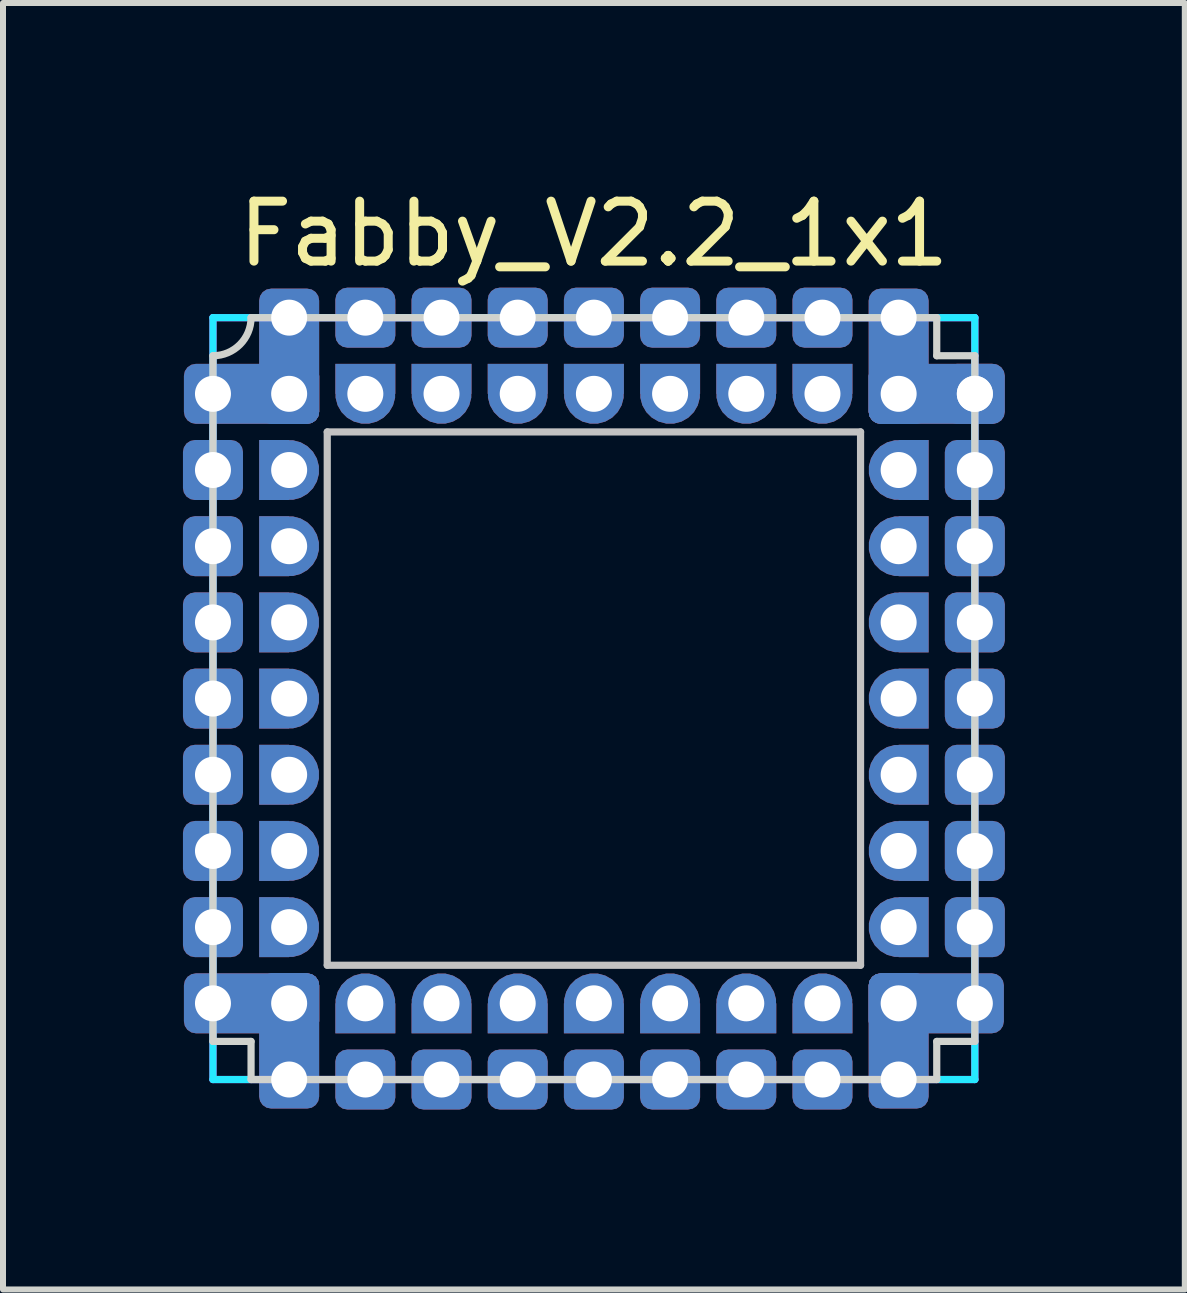
<source format=kicad_pcb>
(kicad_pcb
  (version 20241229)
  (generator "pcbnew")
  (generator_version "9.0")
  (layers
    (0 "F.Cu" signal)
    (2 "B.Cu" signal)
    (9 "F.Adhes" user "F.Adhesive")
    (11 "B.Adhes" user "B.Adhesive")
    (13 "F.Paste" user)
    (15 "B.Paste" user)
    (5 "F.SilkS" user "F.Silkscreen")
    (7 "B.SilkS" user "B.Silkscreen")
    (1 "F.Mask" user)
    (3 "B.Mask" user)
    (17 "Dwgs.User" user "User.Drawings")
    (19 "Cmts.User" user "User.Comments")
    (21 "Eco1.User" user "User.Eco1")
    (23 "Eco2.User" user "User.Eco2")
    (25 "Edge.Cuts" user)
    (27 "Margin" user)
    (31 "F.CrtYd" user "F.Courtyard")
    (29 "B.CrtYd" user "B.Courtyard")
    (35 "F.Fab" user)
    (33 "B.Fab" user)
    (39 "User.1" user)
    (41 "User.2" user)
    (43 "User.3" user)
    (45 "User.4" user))
  (footprint "Fabby_V2.2_1x1"
    (layer "F.Cu")
    (at 6.85 8.595)
    (property "Reference" "Fabby_V2.2_1x1" (at 0 -7.747 0) (layer "F.SilkS") (effects (font (size 1 1) (thickness 0.15))))
    (attr through_hole)
    (fp_line (start -4.445 -4.445) (end 4.445 -4.445) (stroke (width 0.12) (type solid)) (layer "Dwgs.User"))
    (fp_line (start -4.445 4.445) (end -4.445 -4.445) (stroke (width 0.12) (type solid)) (layer "Dwgs.User"))
    (fp_line (start 4.445 -4.445) (end 4.445 4.445) (stroke (width 0.12) (type solid)) (layer "Dwgs.User"))
    (fp_line (start 4.445 4.445) (end -4.445 4.445) (stroke (width 0.12) (type solid)) (layer "Dwgs.User"))
    (fp_line (start -6.35 -5.715) (end -6.35 5.715) (stroke (width 0.12) (type solid)) (layer "Edge.Cuts"))
    (fp_line (start -6.35 5.715) (end -5.715 5.715) (stroke (width 0.12) (type solid)) (layer "Edge.Cuts"))
    (fp_line (start -5.715 -6.35) (end 5.715 -6.35) (stroke (width 0.12) (type solid)) (layer "Edge.Cuts"))
    (fp_line (start -5.715 5.715) (end -5.715 6.35) (stroke (width 0.12) (type solid)) (layer "Edge.Cuts"))
    (fp_line (start 5.715 -6.35) (end 5.715 -5.715) (stroke (width 0.12) (type solid)) (layer "Edge.Cuts"))
    (fp_line (start 5.715 -5.715) (end 6.35 -5.715) (stroke (width 0.12) (type solid)) (layer "Edge.Cuts"))
    (fp_line (start 5.715 5.715) (end 6.35 5.715) (stroke (width 0.12) (type solid)) (layer "Edge.Cuts"))
    (fp_line (start 5.715 6.35) (end -5.715 6.35) (stroke (width 0.12) (type solid)) (layer "Edge.Cuts"))
    (fp_line (start 5.715 6.35) (end 5.715 5.715) (stroke (width 0.12) (type solid)) (layer "Edge.Cuts"))
    (fp_line (start 6.35 -5.715) (end 6.35 5.715) (stroke (width 0.12) (type solid)) (layer "Edge.Cuts"))
    (fp_arc (start -5.715 -6.35) (mid -5.900987 -5.900987) (end -6.35 -5.715) (stroke (width 0.12) (type solid)) (layer "Edge.Cuts"))
    (fp_line (start -6.35 -6.35) (end 6.35 -6.35) (stroke (width 0.12) (type solid)) (layer "B.CrtYd"))
    (fp_line (start -6.35 6.35) (end -6.35 -6.35) (stroke (width 0.12) (type solid)) (layer "B.CrtYd"))
    (fp_line (start 6.35 -6.35) (end 6.35 6.35) (stroke (width 0.12) (type solid)) (layer "B.CrtYd"))
    (fp_line (start 6.35 6.35) (end -6.35 6.35) (stroke (width 0.12) (type solid)) (layer "B.CrtYd"))
    (fp_line (start -6.35 -6.35) (end 6.35 -6.35) (stroke (width 0.12) (type solid)) (layer "F.CrtYd"))
    (fp_line (start -6.35 6.35) (end -6.35 -6.35) (stroke (width 0.12) (type solid)) (layer "F.CrtYd"))
    (fp_line (start 6.35 -6.35) (end 6.35 6.35) (stroke (width 0.12) (type solid)) (layer "F.CrtYd"))
    (fp_line (start 6.35 6.35) (end -6.35 6.35) (stroke (width 0.12) (type solid)) (layer "F.CrtYd"))
    (pad "" thru_hole roundrect (at -6.35 -3.81 270) (size 1 1) (drill 0.6) (layers "*.Cu" "*.Mask") (roundrect_rratio 0.2))
    (pad "" thru_hole roundrect (at -6.35 -2.54 270) (size 1 1) (drill 0.6) (layers "*.Cu" "*.Mask") (roundrect_rratio 0.2))
    (pad "" thru_hole roundrect (at -6.35 -1.27 270) (size 1 1) (drill 0.6) (layers "*.Cu" "*.Mask") (roundrect_rratio 0.2))
    (pad "" thru_hole roundrect (at -6.35 0 270) (size 1 1) (drill 0.6) (layers "*.Cu" "*.Mask") (roundrect_rratio 0.2))
    (pad "" thru_hole roundrect (at -6.35 1.27 270) (size 1 1) (drill 0.6) (layers "*.Cu" "*.Mask") (roundrect_rratio 0.2))
    (pad "" thru_hole roundrect (at -6.35 2.54 270) (size 1 1) (drill 0.6) (layers "*.Cu" "*.Mask") (roundrect_rratio 0.2))
    (pad "" thru_hole roundrect (at -6.35 3.81 270) (size 1 1) (drill 0.6) (layers "*.Cu" "*.Mask") (roundrect_rratio 0.2))
    (pad "" thru_hole roundrect (at -3.81 -6.35 270) (size 1 1) (drill 0.6) (layers "*.Cu" "*.Mask") (roundrect_rratio 0.2))
    (pad "" thru_hole roundrect (at -3.81 6.35 270) (size 1 1) (drill 0.6) (layers "*.Cu" "*.Mask") (roundrect_rratio 0.2))
    (pad "" thru_hole roundrect (at -2.54 -6.35 270) (size 1 1) (drill 0.6) (layers "*.Cu" "*.Mask") (roundrect_rratio 0.2))
    (pad "" thru_hole roundrect (at -2.54 6.35 270) (size 1 1) (drill 0.6) (layers "*.Cu" "*.Mask") (roundrect_rratio 0.2))
    (pad "" thru_hole roundrect (at -1.27 -6.35 270) (size 1 1) (drill 0.6) (layers "*.Cu" "*.Mask") (roundrect_rratio 0.2))
    (pad "" thru_hole roundrect (at -1.27 6.35 270) (size 1 1) (drill 0.6) (layers "*.Cu" "*.Mask") (roundrect_rratio 0.2))
    (pad "" thru_hole roundrect (at 0 -6.35 270) (size 1 1) (drill 0.6) (layers "*.Cu" "*.Mask") (roundrect_rratio 0.2))
    (pad "" thru_hole roundrect (at 0 6.35 270) (size 1 1) (drill 0.6) (layers "*.Cu" "*.Mask") (roundrect_rratio 0.2))
    (pad "" thru_hole roundrect (at 1.27 -6.35 270) (size 1 1) (drill 0.6) (layers "*.Cu" "*.Mask") (roundrect_rratio 0.2))
    (pad "" thru_hole roundrect (at 1.27 6.35 270) (size 1 1) (drill 0.6) (layers "*.Cu" "*.Mask") (roundrect_rratio 0.2))
    (pad "" thru_hole roundrect (at 2.54 -6.35 270) (size 1 1) (drill 0.6) (layers "*.Cu" "*.Mask") (roundrect_rratio 0.2))
    (pad "" thru_hole roundrect (at 2.54 6.35 270) (size 1 1) (drill 0.6) (layers "*.Cu" "*.Mask") (roundrect_rratio 0.2))
    (pad "" thru_hole roundrect (at 3.81 -6.35 270) (size 1 1) (drill 0.6) (layers "*.Cu" "*.Mask") (roundrect_rratio 0.2))
    (pad "" thru_hole roundrect (at 3.81 6.35 270) (size 1 1) (drill 0.6) (layers "*.Cu" "*.Mask") (roundrect_rratio 0.2))
    (pad "" thru_hole roundrect (at 6.35 -3.81 270) (size 1 1) (drill 0.6) (layers "*.Cu" "*.Mask") (roundrect_rratio 0.2))
    (pad "" thru_hole roundrect (at 6.35 -2.54 270) (size 1 1) (drill 0.6) (layers "*.Cu" "*.Mask") (roundrect_rratio 0.2))
    (pad "" thru_hole roundrect (at 6.35 -1.27 270) (size 1 1) (drill 0.6) (layers "*.Cu" "*.Mask") (roundrect_rratio 0.2))
    (pad "" thru_hole roundrect (at 6.35 0 270) (size 1 1) (drill 0.6) (layers "*.Cu" "*.Mask") (roundrect_rratio 0.2))
    (pad "" thru_hole roundrect (at 6.35 1.27 270) (size 1 1) (drill 0.6) (layers "*.Cu" "*.Mask") (roundrect_rratio 0.2))
    (pad "" thru_hole roundrect (at 6.35 2.54 270) (size 1 1) (drill 0.6) (layers "*.Cu" "*.Mask") (roundrect_rratio 0.2))
    (pad "" thru_hole roundrect (at 6.35 3.81 270) (size 1 1) (drill 0.6) (layers "*.Cu" "*.Mask") (roundrect_rratio 0.2))
    (pad "1" thru_hole roundrect (at -6.35 -5.08 270) (size 1 2.254) (drill 0.6 (offset 0 -0.643)) (layers "*.Cu" "*.Mask") (roundrect_rratio 0.2))
    (pad "1" thru_hole roundrect (at -5.08 -6.35 180) (size 1 2.254) (drill 0.6 (offset 0 -0.643)) (layers "*.Cu" "*.Mask") (roundrect_rratio 0.2))
    (pad "1" thru_hole roundrect (at -5.08 -5.08 270) (size 1 1) (drill 0.6) (layers "*.Cu" "*.Mask") (roundrect_rratio 0.2))
    (pad "2" thru_hole custom (at -5.08 -3.81) (size 1 1) (drill 0.6) (layers "*.Cu" "*.Mask") (options (anchor circle)) (primitives (gr_poly (pts (xy -0.5 -0.5) (xy 0 -0.5) (xy 0 0.5) (xy -0.5 0.5)) (width 0) (fill yes))))
    (pad "3" thru_hole custom (at -5.08 -2.54) (size 1 1) (drill 0.6) (layers "*.Cu" "*.Mask") (options (anchor circle)) (primitives (gr_poly (pts (xy -0.5 -0.5) (xy 0 -0.5) (xy 0 0.5) (xy -0.5 0.5)) (width 0) (fill yes))))
    (pad "4" thru_hole custom (at -5.08 -1.27) (size 1 1) (drill 0.6) (layers "*.Cu" "*.Mask") (options (anchor circle)) (primitives (gr_poly (pts (xy -0.5 -0.5) (xy 0 -0.5) (xy 0 0.5) (xy -0.5 0.5)) (width 0) (fill yes))))
    (pad "5" thru_hole custom (at -5.08 0) (size 1 1) (drill 0.6) (layers "*.Cu" "*.Mask") (options (anchor circle)) (primitives (gr_poly (pts (xy -0.5 -0.5) (xy 0 -0.5) (xy 0 0.5) (xy -0.5 0.5)) (width 0) (fill yes))))
    (pad "6" thru_hole custom (at -5.08 1.27) (size 1 1) (drill 0.6) (layers "*.Cu" "*.Mask") (options (anchor circle)) (primitives (gr_poly (pts (xy -0.5 -0.5) (xy 0 -0.5) (xy 0 0.5) (xy -0.5 0.5)) (width 0) (fill yes))))
    (pad "7" thru_hole custom (at -5.08 2.54) (size 1 1) (drill 0.6) (layers "*.Cu" "*.Mask") (options (anchor circle)) (primitives (gr_poly (pts (xy -0.5 -0.5) (xy 0 -0.5) (xy 0 0.5) (xy -0.5 0.5)) (width 0) (fill yes))))
    (pad "8" thru_hole custom (at -5.08 3.81) (size 1 1) (drill 0.6) (layers "*.Cu" "*.Mask") (options (anchor circle)) (primitives (gr_poly (pts (xy -0.5 -0.5) (xy 0 -0.5) (xy 0 0.5) (xy -0.5 0.5)) (width 0) (fill yes))))
    (pad "9" thru_hole roundrect (at -6.35 5.08 270) (size 1 2.254) (drill 0.6 (offset 0 -0.643)) (layers "*.Cu" "*.Mask") (roundrect_rratio 0.2))
    (pad "9" thru_hole roundrect (at -5.08 5.08 270) (size 1 1) (drill 0.6) (layers "*.Cu" "*.Mask") (roundrect_rratio 0.2))
    (pad "9" thru_hole roundrect (at -5.08 6.35) (size 1 2.254) (drill 0.6 (offset 0 -0.643)) (layers "*.Cu" "*.Mask") (roundrect_rratio 0.2))
    (pad "10" thru_hole custom (at -3.81 5.08 90) (size 1 1) (drill 0.6) (layers "*.Cu" "*.Mask") (options (anchor circle)) (primitives (gr_poly (pts (xy -0.5 -0.5) (xy 0 -0.5) (xy 0 0.5) (xy -0.5 0.5)) (width 0) (fill yes))))
    (pad "11" thru_hole custom (at -2.54 5.08 90) (size 1 1) (drill 0.6) (layers "*.Cu" "*.Mask") (options (anchor circle)) (primitives (gr_poly (pts (xy -0.5 -0.5) (xy 0 -0.5) (xy 0 0.5) (xy -0.5 0.5)) (width 0) (fill yes))))
    (pad "12" thru_hole custom (at -1.27 5.08 90) (size 1 1) (drill 0.6) (layers "*.Cu" "*.Mask") (options (anchor circle)) (primitives (gr_poly (pts (xy -0.5 -0.5) (xy 0 -0.5) (xy 0 0.5) (xy -0.5 0.5)) (width 0) (fill yes))))
    (pad "13" thru_hole custom (at 0 5.08 90) (size 1 1) (drill 0.6) (layers "*.Cu" "*.Mask") (options (anchor circle)) (primitives (gr_poly (pts (xy -0.5 -0.5) (xy 0 -0.5) (xy 0 0.5) (xy -0.5 0.5)) (width 0) (fill yes))))
    (pad "14" thru_hole custom (at 1.27 5.08 90) (size 1 1) (drill 0.6) (layers "*.Cu" "*.Mask") (options (anchor circle)) (primitives (gr_poly (pts (xy -0.5 -0.5) (xy 0 -0.5) (xy 0 0.5) (xy -0.5 0.5)) (width 0) (fill yes))))
    (pad "15" thru_hole custom (at 2.54 5.08 90) (size 1 1) (drill 0.6) (layers "*.Cu" "*.Mask") (options (anchor circle)) (primitives (gr_poly (pts (xy -0.5 -0.5) (xy 0 -0.5) (xy 0 0.5) (xy -0.5 0.5)) (width 0) (fill yes))))
    (pad "16" thru_hole custom (at 3.81 5.08 90) (size 1 1) (drill 0.6) (layers "*.Cu" "*.Mask") (options (anchor circle)) (primitives (gr_poly (pts (xy -0.5 -0.5) (xy 0 -0.5) (xy 0 0.5) (xy -0.5 0.5)) (width 0) (fill yes))))
    (pad "17" thru_hole roundrect (at 5.08 5.08 270) (size 1 1) (drill 0.6) (layers "*.Cu" "*.Mask") (roundrect_rratio 0.2))
    (pad "17" thru_hole roundrect (at 5.08 6.35) (size 1 2.254) (drill 0.6 (offset 0 -0.643)) (layers "*.Cu" "*.Mask") (roundrect_rratio 0.2))
    (pad "17" thru_hole roundrect (at 6.35 5.08 90) (size 1 2.254) (drill 0.6 (offset 0 -0.643)) (layers "*.Cu" "*.Mask") (roundrect_rratio 0.2))
    (pad "18" thru_hole custom (at 5.08 3.81 180) (size 1 1) (drill 0.6) (layers "*.Cu" "*.Mask") (options (anchor circle)) (primitives (gr_poly (pts (xy -0.5 -0.5) (xy 0 -0.5) (xy 0 0.5) (xy -0.5 0.5)) (width 0) (fill yes))))
    (pad "19" thru_hole custom (at 5.08 2.54 180) (size 1 1) (drill 0.6) (layers "*.Cu" "*.Mask") (options (anchor circle)) (primitives (gr_poly (pts (xy -0.5 -0.5) (xy 0 -0.5) (xy 0 0.5) (xy -0.5 0.5)) (width 0) (fill yes))))
    (pad "20" thru_hole custom (at 5.08 1.27 180) (size 1 1) (drill 0.6) (layers "*.Cu" "*.Mask") (options (anchor circle)) (primitives (gr_poly (pts (xy -0.5 -0.5) (xy 0 -0.5) (xy 0 0.5) (xy -0.5 0.5)) (width 0) (fill yes))))
    (pad "21" thru_hole custom (at 5.08 0 180) (size 1 1) (drill 0.6) (layers "*.Cu" "*.Mask") (options (anchor circle)) (primitives (gr_poly (pts (xy -0.5 -0.5) (xy 0 -0.5) (xy 0 0.5) (xy -0.5 0.5)) (width 0) (fill yes))))
    (pad "22" thru_hole custom (at 5.08 -1.27 180) (size 1 1) (drill 0.6) (layers "*.Cu" "*.Mask") (options (anchor circle)) (primitives (gr_poly (pts (xy -0.5 -0.5) (xy 0 -0.5) (xy 0 0.5) (xy -0.5 0.5)) (width 0) (fill yes))))
    (pad "23" thru_hole custom (at 5.08 -2.54 180) (size 1 1) (drill 0.6) (layers "*.Cu" "*.Mask") (options (anchor circle)) (primitives (gr_poly (pts (xy -0.5 -0.5) (xy 0 -0.5) (xy 0 0.5) (xy -0.5 0.5)) (width 0) (fill yes))))
    (pad "24" thru_hole custom (at 5.08 -3.81 180) (size 1 1) (drill 0.6) (layers "*.Cu" "*.Mask") (options (anchor circle)) (primitives (gr_poly (pts (xy -0.5 -0.5) (xy 0 -0.5) (xy 0 0.5) (xy -0.5 0.5)) (width 0) (fill yes))))
    (pad "25" thru_hole roundrect (at 5.08 -6.35 180) (size 1 2.254) (drill 0.6 (offset 0 -0.643)) (layers "*.Cu" "*.Mask") (roundrect_rratio 0.2))
    (pad "25" thru_hole roundrect (at 5.08 -5.08 270) (size 1 1) (drill 0.6) (layers "*.Cu" "*.Mask") (roundrect_rratio 0.2))
    (pad "25" thru_hole roundrect (at 6.35 -5.08 270) (size 1 1) (drill 0.6) (layers "*.Cu" "*.Mask") (roundrect_rratio 0.2))
    (pad "25" thru_hole roundrect (at 6.35 -5.08 90) (size 1 2.254) (drill 0.6 (offset 0 -0.643)) (layers "*.Cu" "*.Mask") (roundrect_rratio 0.2))
    (pad "26" thru_hole custom (at 3.81 -5.08 270) (size 1 1) (drill 0.6) (layers "*.Cu" "*.Mask") (options (anchor circle)) (primitives (gr_poly (pts (xy -0.5 -0.5) (xy 0 -0.5) (xy 0 0.5) (xy -0.5 0.5)) (width 0) (fill yes))))
    (pad "27" thru_hole custom (at 2.54 -5.08 270) (size 1 1) (drill 0.6) (layers "*.Cu" "*.Mask") (options (anchor circle)) (primitives (gr_poly (pts (xy -0.5 -0.5) (xy 0 -0.5) (xy 0 0.5) (xy -0.5 0.5)) (width 0) (fill yes))))
    (pad "28" thru_hole custom (at 1.27 -5.08 270) (size 1 1) (drill 0.6) (layers "*.Cu" "*.Mask") (options (anchor circle)) (primitives (gr_poly (pts (xy -0.5 -0.5) (xy 0 -0.5) (xy 0 0.5) (xy -0.5 0.5)) (width 0) (fill yes))))
    (pad "29" thru_hole custom (at 0 -5.08 270) (size 1 1) (drill 0.6) (layers "*.Cu" "*.Mask") (options (anchor circle)) (primitives (gr_poly (pts (xy -0.5 -0.5) (xy 0 -0.5) (xy 0 0.5) (xy -0.5 0.5)) (width 0) (fill yes))))
    (pad "30" thru_hole custom (at -1.27 -5.08 270) (size 1 1) (drill 0.6) (layers "*.Cu" "*.Mask") (options (anchor circle)) (primitives (gr_poly (pts (xy -0.5 -0.5) (xy 0 -0.5) (xy 0 0.5) (xy -0.5 0.5)) (width 0) (fill yes))))
    (pad "31" thru_hole custom (at -2.54 -5.08 270) (size 1 1) (drill 0.6) (layers "*.Cu" "*.Mask") (options (anchor circle)) (primitives (gr_poly (pts (xy -0.5 -0.5) (xy 0 -0.5) (xy 0 0.5) (xy -0.5 0.5)) (width 0) (fill yes))))
    (pad "32" thru_hole custom (at -3.81 -5.08 270) (size 1 1) (drill 0.6) (layers "*.Cu" "*.Mask") (options (anchor circle)) (primitives (gr_poly (pts (xy -0.5 -0.5) (xy 0 -0.5) (xy 0 0.5) (xy -0.5 0.5)) (width 0) (fill yes)))))
  (gr_rect
    (start -3 -3)
    (end 16.7 18.445)
    (stroke (width 0.1) (type default))
    (fill no)
    (layer "Edge.Cuts")))
</source>
